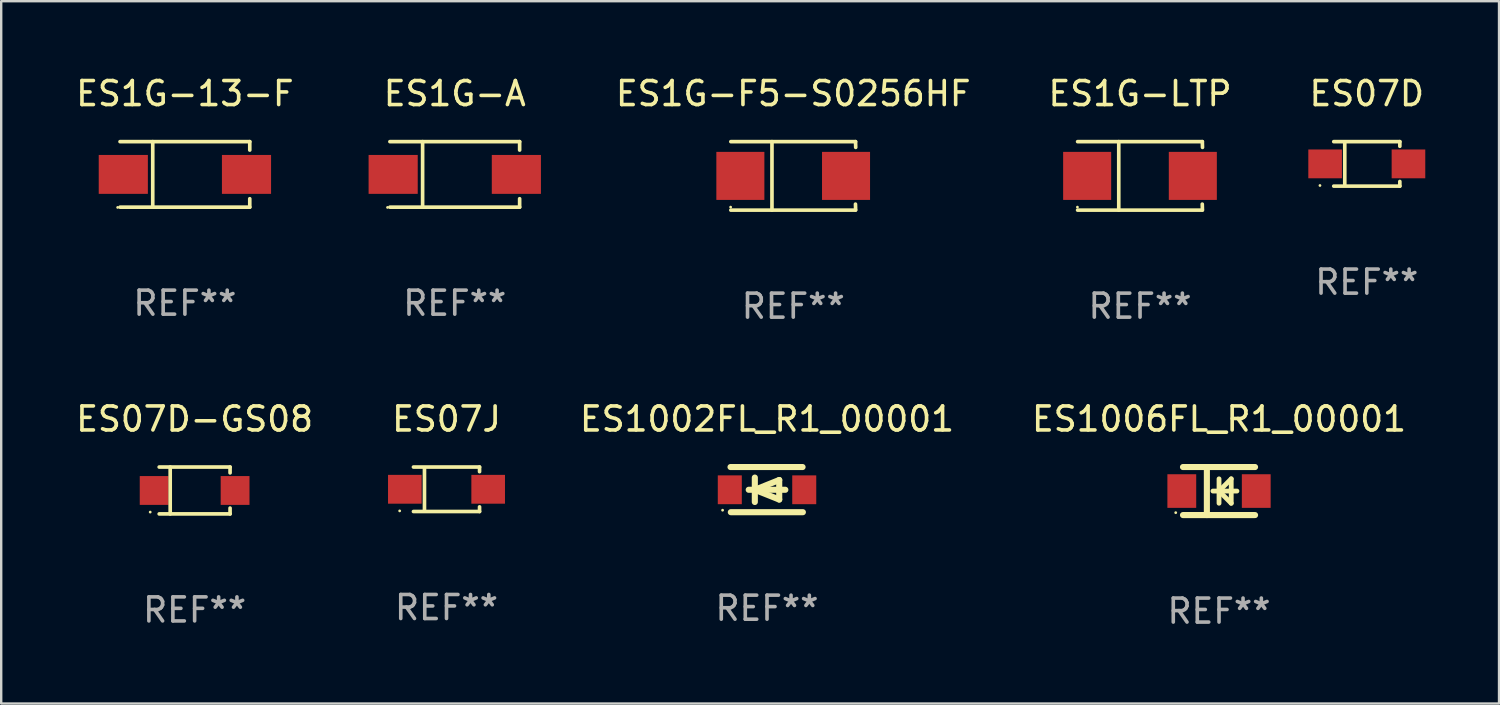
<source format=kicad_pcb>
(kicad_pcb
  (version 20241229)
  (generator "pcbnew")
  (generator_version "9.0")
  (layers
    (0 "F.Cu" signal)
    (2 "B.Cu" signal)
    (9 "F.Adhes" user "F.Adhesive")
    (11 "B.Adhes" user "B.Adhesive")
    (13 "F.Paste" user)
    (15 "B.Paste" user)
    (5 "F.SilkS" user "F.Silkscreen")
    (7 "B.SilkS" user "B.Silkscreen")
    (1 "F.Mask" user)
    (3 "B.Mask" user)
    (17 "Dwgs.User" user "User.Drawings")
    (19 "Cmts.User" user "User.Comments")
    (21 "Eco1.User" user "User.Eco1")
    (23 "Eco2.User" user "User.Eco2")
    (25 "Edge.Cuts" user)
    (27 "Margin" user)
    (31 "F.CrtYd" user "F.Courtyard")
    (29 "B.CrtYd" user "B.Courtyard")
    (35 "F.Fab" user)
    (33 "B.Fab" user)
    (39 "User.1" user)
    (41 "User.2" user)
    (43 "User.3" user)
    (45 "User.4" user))
  (footprint "ES1G-13-F"
    (layer "F.Cu")
    (at 4.649 4.212)
    (property "Reference" "ES1G-13-F" (at 0 -3.364 0) (layer "F.SilkS") (effects (font (size 1 1) (thickness 0.15))))
    (attr through_hole)
    (fp_line (start -2.701 -1.364) (end 2.701 -1.364) (stroke (width 0.152) (type solid)) (layer "F.SilkS"))
    (fp_line (start -2.701 1.364) (end 2.701 1.364) (stroke (width 0.152) (type solid)) (layer "F.SilkS"))
    (fp_line (start -1.339 -1.364) (end -1.339 1.364) (stroke (width 0.152) (type solid)) (layer "F.SilkS"))
    (fp_line (start 2.701 -1.364) (end 2.701 -1.013) (stroke (width 0.152) (type solid)) (layer "F.SilkS"))
    (fp_line (start 2.701 1.364) (end 2.701 1.013) (stroke (width 0.152) (type solid)) (layer "F.SilkS"))
    (fp_circle (center -2.8 1.375) (end -2.77 1.375) (stroke (width 0.06) (type solid)) (fill no) (layer "F.SilkS"))
    (fp_text user "REF**" (at 0 5.364 0) (layer "F.Fab") (effects (font (size 1 1) (thickness 0.15))))
    (pad "1" smd rect (at -2.565 -0.000025) (size 2.046 1.62) (layers "F.Cu" "F.Mask" "F.Paste"))
    (pad "2" smd rect (at 2.565 -0.000025) (size 2.046 1.62) (layers "F.Cu" "F.Mask" "F.Paste")))
  (footprint "ES1G-LTP"
    (layer "F.Cu")
    (at 44.421 4.274)
    (property "Reference" "ES1G-LTP" (at 0 -3.426 0) (layer "F.SilkS") (effects (font (size 1 1) (thickness 0.15))))
    (attr through_hole)
    (fp_line (start -2.6 -1.426) (end 2.593 -1.426) (stroke (width 0.152) (type solid)) (layer "F.SilkS"))
    (fp_line (start -2.6 1.426) (end 2.593 1.426) (stroke (width 0.152) (type solid)) (layer "F.SilkS"))
    (fp_line (start -0.887 -1.426) (end -0.887 1.426) (stroke (width 0.152) (type solid)) (layer "F.SilkS"))
    (fp_line (start 2.59 1.176) (end 2.597 1.415) (stroke (width 0.152) (type solid)) (layer "F.SilkS"))
    (fp_line (start 2.593 -1.426) (end 2.6 -1.187) (stroke (width 0.152) (type solid)) (layer "F.SilkS"))
    (fp_circle (center -2.608 1.3) (end -2.578 1.3) (stroke (width 0.06) (type solid)) (fill no) (layer "F.SilkS"))
    (fp_text user "REF**" (at 0 5.426 0) (layer "F.Fab") (effects (font (size 1 1) (thickness 0.15))))
    (pad "1" smd rect (at -2.203 0 180) (size 2 2) (layers "F.Cu" "F.Mask" "F.Paste"))
    (pad "2" smd rect (at 2.197 0 180) (size 2 2) (layers "F.Cu" "F.Mask" "F.Paste")))
  (footprint "ES1G-F5-S0256HF"
    (layer "F.Cu")
    (at 29.981 4.274)
    (property "Reference" "ES1G-F5-S0256HF" (at 0 -3.426 0) (layer "F.SilkS") (effects (font (size 1 1) (thickness 0.15))))
    (attr through_hole)
    (fp_line (start -2.6 -1.426) (end 2.593 -1.426) (stroke (width 0.152) (type solid)) (layer "F.SilkS"))
    (fp_line (start -2.6 1.426) (end 2.593 1.426) (stroke (width 0.152) (type solid)) (layer "F.SilkS"))
    (fp_line (start -0.887 -1.426) (end -0.887 1.426) (stroke (width 0.152) (type solid)) (layer "F.SilkS"))
    (fp_line (start 2.59 1.176) (end 2.597 1.415) (stroke (width 0.152) (type solid)) (layer "F.SilkS"))
    (fp_line (start 2.593 -1.426) (end 2.6 -1.187) (stroke (width 0.152) (type solid)) (layer "F.SilkS"))
    (fp_circle (center -2.608 1.3) (end -2.578 1.3) (stroke (width 0.06) (type solid)) (fill no) (layer "F.SilkS"))
    (fp_text user "REF**" (at 0 5.426 0) (layer "F.Fab") (effects (font (size 1 1) (thickness 0.15))))
    (pad "1" smd rect (at -2.203 0 180) (size 2 2) (layers "F.Cu" "F.Mask" "F.Paste"))
    (pad "2" smd rect (at 2.197 0 180) (size 2 2) (layers "F.Cu" "F.Mask" "F.Paste")))
  (footprint "ES1006FL_R1_00001"
    (layer "F.Cu")
    (at 47.709 17.397)
    (property "Reference" "ES1006FL_R1_00001" (at 0 -3 0) (layer "F.SilkS") (effects (font (size 1 1) (thickness 0.15))))
    (attr through_hole)
    (fp_line (start -1.5 -1) (end 1.5 -1) (stroke (width 0.254) (type solid)) (layer "F.SilkS"))
    (fp_line (start -1.5 1) (end 1.5 1) (stroke (width 0.254) (type solid)) (layer "F.SilkS"))
    (fp_line (start -0.506 -1) (end -0.506 1) (stroke (width 0.254) (type solid)) (layer "F.SilkS"))
    (fp_line (start -0.254 0) (end 0.746 0) (stroke (width 0.2) (type solid)) (layer "F.SilkS"))
    (fp_line (start 0.000102 -0.508) (end 0.000102 0.508) (stroke (width 0.2) (type solid)) (layer "F.SilkS"))
    (fp_line (start 0.000102 0) (end 0.508 -0.508) (stroke (width 0.2) (type solid)) (layer "F.SilkS"))
    (fp_line (start 0.508 -0.508) (end 0.508 0.508) (stroke (width 0.2) (type solid)) (layer "F.SilkS"))
    (fp_line (start 0.508 0.508) (end 0.000102 0) (stroke (width 0.2) (type solid)) (layer "F.SilkS"))
    (fp_circle (center -1.803 0.9) (end -1.773 0.9) (stroke (width 0.06) (type solid)) (fill no) (layer "F.SilkS"))
    (fp_text user "REF**" (at 0 5 0) (layer "F.Fab") (effects (font (size 1 1) (thickness 0.15))))
    (pad "1" smd rect (at -1.55 0) (size 1.2 1.4) (layers "F.Cu" "F.Mask" "F.Paste"))
    (pad "2" smd rect (at 1.55 0) (size 1.2 1.4) (layers "F.Cu" "F.Mask" "F.Paste")))
  (footprint "ES1G-A"
    (layer "F.Cu")
    (at 15.886 4.212)
    (property "Reference" "ES1G-A" (at 0 -3.364 0) (layer "F.SilkS") (effects (font (size 1 1) (thickness 0.15))))
    (attr through_hole)
    (fp_line (start -2.701 -1.364) (end 2.701 -1.364) (stroke (width 0.152) (type solid)) (layer "F.SilkS"))
    (fp_line (start -2.701 1.364) (end 2.701 1.364) (stroke (width 0.152) (type solid)) (layer "F.SilkS"))
    (fp_line (start -1.339 -1.364) (end -1.339 1.364) (stroke (width 0.152) (type solid)) (layer "F.SilkS"))
    (fp_line (start 2.701 -1.364) (end 2.701 -1.013) (stroke (width 0.152) (type solid)) (layer "F.SilkS"))
    (fp_line (start 2.701 1.364) (end 2.701 1.013) (stroke (width 0.152) (type solid)) (layer "F.SilkS"))
    (fp_circle (center -2.8 1.375) (end -2.77 1.375) (stroke (width 0.06) (type solid)) (fill no) (layer "F.SilkS"))
    (fp_text user "REF**" (at 0 5.364 0) (layer "F.Fab") (effects (font (size 1 1) (thickness 0.15))))
    (pad "1" smd rect (at -2.565 -0.000025) (size 2.046 1.62) (layers "F.Cu" "F.Mask" "F.Paste"))
    (pad "2" smd rect (at 2.565 -0.000025) (size 2.046 1.62) (layers "F.Cu" "F.Mask" "F.Paste")))
  (footprint "ES1002FL_R1_00001"
    (layer "F.Cu")
    (at 28.888 17.337)
    (property "Reference" "ES1002FL_R1_00001" (at 0 -2.94 0) (layer "F.SilkS") (effects (font (size 1 1) (thickness 0.15))))
    (attr through_hole)
    (fp_line (start -1.52 -0.94) (end 1.48 -0.94) (stroke (width 0.254) (type solid)) (layer "F.SilkS"))
    (fp_line (start -1.507 0.94) (end 1.493 0.94) (stroke (width 0.254) (type solid)) (layer "F.SilkS"))
    (fp_line (start -0.762 0.007) (end 0.762 0.007) (stroke (width 0.254) (type solid)) (layer "F.SilkS"))
    (fp_line (start -0.508 -0.501) (end -0.508 0.515) (stroke (width 0.254) (type solid)) (layer "F.SilkS"))
    (fp_line (start -0.508 0.007) (end 0.508 -0.4) (stroke (width 0.254) (type solid)) (layer "F.SilkS"))
    (fp_line (start 0.508 -0.4) (end 0.508 0.413) (stroke (width 0.254) (type solid)) (layer "F.SilkS"))
    (fp_line (start 0.508 0.413) (end -0.508 0.007) (stroke (width 0.254) (type solid)) (layer "F.SilkS"))
    (fp_circle (center -1.85 0.857) (end -1.82 0.857) (stroke (width 0.06) (type solid)) (fill no) (layer "F.SilkS"))
    (fp_text user "REF**" (at 0 4.94 0) (layer "F.Fab") (effects (font (size 1 1) (thickness 0.15))))
    (pad "1" smd rect (at -1.55 0.007) (size 1 1.2) (layers "F.Cu" "F.Mask" "F.Paste"))
    (pad "2" smd rect (at 1.55 0.007) (size 1 1.2) (layers "F.Cu" "F.Mask" "F.Paste")))
  (footprint "ES07D"
    (layer "F.Cu")
    (at 53.862 3.774)
    (property "Reference" "ES07D" (at 0 -2.926 0) (layer "F.SilkS") (effects (font (size 1 1) (thickness 0.15))))
    (attr through_hole)
    (fp_line (start -1.376 -0.926) (end 1.376 -0.926) (stroke (width 0.152) (type solid)) (layer "F.SilkS"))
    (fp_line (start -1.376 0.926) (end 1.376 0.926) (stroke (width 0.152) (type solid)) (layer "F.SilkS"))
    (fp_line (start -0.917 -0.876) (end -0.917 0.876) (stroke (width 0.152) (type solid)) (layer "F.SilkS"))
    (fp_line (start 1.376 -0.926) (end 1.376 -0.733) (stroke (width 0.152) (type solid)) (layer "F.SilkS"))
    (fp_line (start 1.376 0.926) (end 1.376 0.733) (stroke (width 0.152) (type solid)) (layer "F.SilkS"))
    (fp_circle (center -1.95 0.9) (end -1.92 0.9) (stroke (width 0.06) (type solid)) (fill no) (layer "F.SilkS"))
    (fp_text user "REF**" (at 0 4.926 0) (layer "F.Fab") (effects (font (size 1 1) (thickness 0.15))))
    (pad "1" smd rect (at -1.735 0) (size 1.4 1.2) (layers "F.Cu" "F.Mask" "F.Paste"))
    (pad "2" smd rect (at 1.735 0) (size 1.4 1.2) (layers "F.Cu" "F.Mask" "F.Paste")))
  (footprint "ES07D-GS08"
    (layer "F.Cu")
    (at 5.054 17.373)
    (property "Reference" "ES07D-GS08" (at 0 -2.976 0) (layer "F.SilkS") (effects (font (size 1 1) (thickness 0.15))))
    (attr through_hole)
    (fp_line (start -1.476 -0.976) (end 1.476 -0.976) (stroke (width 0.152) (type solid)) (layer "F.SilkS"))
    (fp_line (start -1.476 0.976) (end 1.476 0.976) (stroke (width 0.152) (type solid)) (layer "F.SilkS"))
    (fp_line (start -1.017 -0.976) (end -1.017 0.976) (stroke (width 0.152) (type solid)) (layer "F.SilkS"))
    (fp_line (start 1.476 -0.976) (end 1.476 -0.733) (stroke (width 0.152) (type solid)) (layer "F.SilkS"))
    (fp_line (start 1.476 0.976) (end 1.476 0.733) (stroke (width 0.152) (type solid)) (layer "F.SilkS"))
    (fp_circle (center -1.85 0.9) (end -1.82 0.9) (stroke (width 0.06) (type solid)) (fill no) (layer "F.SilkS"))
    (fp_text user "REF**" (at 0 4.976 0) (layer "F.Fab") (effects (font (size 1 1) (thickness 0.15))))
    (pad "1" smd rect (at -1.685 0) (size 1.2 1.2) (layers "F.Cu" "F.Mask" "F.Paste"))
    (pad "2" smd rect (at 1.685 0) (size 1.2 1.2) (layers "F.Cu" "F.Mask" "F.Paste")))
  (footprint "ES07J"
    (layer "F.Cu")
    (at 15.542 17.323)
    (property "Reference" "ES07J" (at 0 -2.926 0) (layer "F.SilkS") (effects (font (size 1 1) (thickness 0.15))))
    (attr through_hole)
    (fp_line (start -1.376 -0.926) (end 1.376 -0.926) (stroke (width 0.152) (type solid)) (layer "F.SilkS"))
    (fp_line (start -1.376 0.926) (end 1.376 0.926) (stroke (width 0.152) (type solid)) (layer "F.SilkS"))
    (fp_line (start -0.917 -0.876) (end -0.917 0.876) (stroke (width 0.152) (type solid)) (layer "F.SilkS"))
    (fp_line (start 1.376 -0.926) (end 1.376 -0.733) (stroke (width 0.152) (type solid)) (layer "F.SilkS"))
    (fp_line (start 1.376 0.926) (end 1.376 0.733) (stroke (width 0.152) (type solid)) (layer "F.SilkS"))
    (fp_circle (center -1.95 0.9) (end -1.92 0.9) (stroke (width 0.06) (type solid)) (fill no) (layer "F.SilkS"))
    (fp_text user "REF**" (at 0 4.926 0) (layer "F.Fab") (effects (font (size 1 1) (thickness 0.15))))
    (pad "1" smd rect (at -1.735 0) (size 1.4 1.2) (layers "F.Cu" "F.Mask" "F.Paste"))
    (pad "2" smd rect (at 1.735 0) (size 1.4 1.2) (layers "F.Cu" "F.Mask" "F.Paste")))
  (gr_rect
    (start -3 -3)
    (end 59.368 26.245)
    (stroke (width 0.1) (type default))
    (fill no)
    (layer "Edge.Cuts")))
</source>
